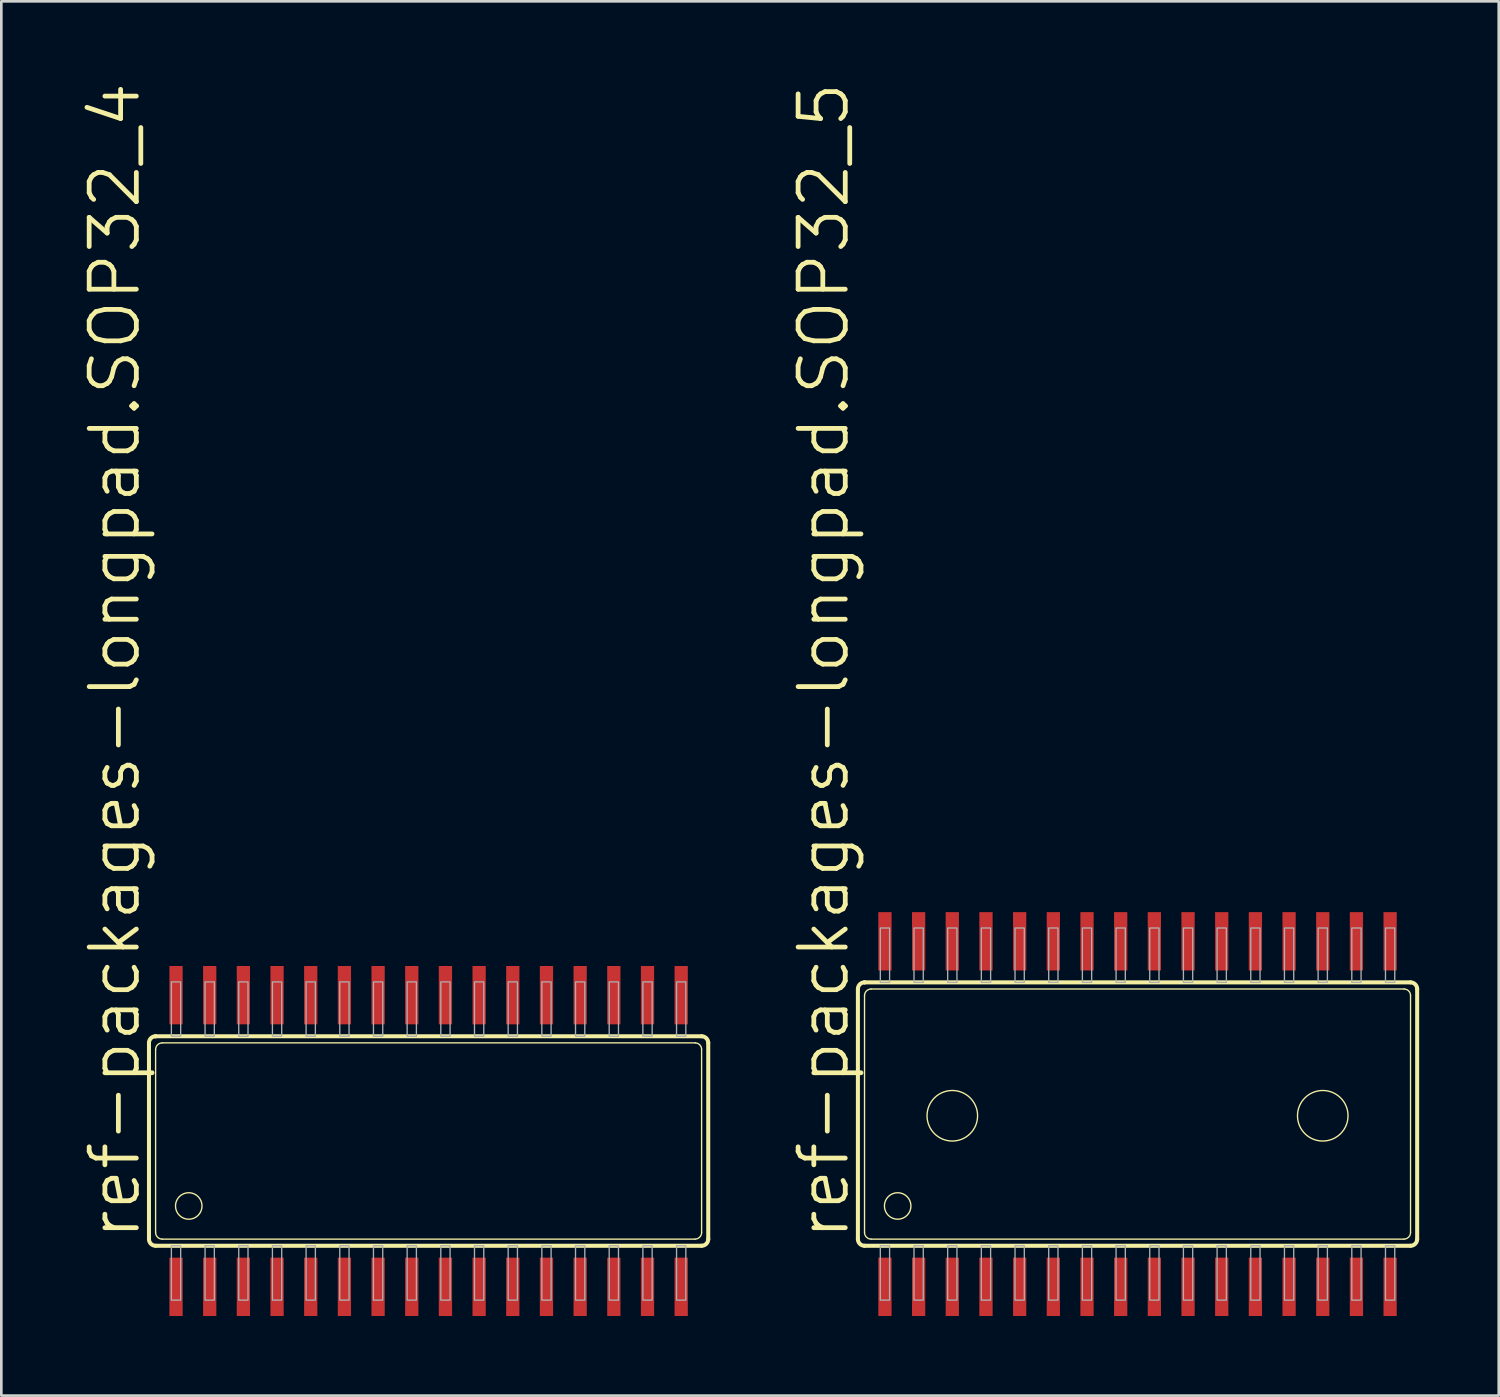
<source format=kicad_pcb>
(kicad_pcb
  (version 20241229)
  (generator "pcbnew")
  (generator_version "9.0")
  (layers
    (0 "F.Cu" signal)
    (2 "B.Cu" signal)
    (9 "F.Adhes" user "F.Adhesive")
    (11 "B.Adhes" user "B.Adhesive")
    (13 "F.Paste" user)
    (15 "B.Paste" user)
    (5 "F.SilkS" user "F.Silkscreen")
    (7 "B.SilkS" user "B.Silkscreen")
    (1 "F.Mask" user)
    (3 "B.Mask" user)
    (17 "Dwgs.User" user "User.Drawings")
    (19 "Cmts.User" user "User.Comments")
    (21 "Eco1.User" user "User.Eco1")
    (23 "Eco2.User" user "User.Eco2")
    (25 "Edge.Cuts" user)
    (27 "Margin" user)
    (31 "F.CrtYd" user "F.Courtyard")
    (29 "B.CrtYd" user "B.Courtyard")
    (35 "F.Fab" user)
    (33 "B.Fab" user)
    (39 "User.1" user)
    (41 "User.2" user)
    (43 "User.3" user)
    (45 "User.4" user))
  (footprint "ref-packages-longpad.SOP32_4"
    (layer "F.Cu")
    (at 13.113 39.978)
    (property "Reference" "ref-packages-longpad.SOP32_4" (at -10.795 3.81 90) (layer "F.SilkS") (effects (font (size 1.778 1.778) (thickness 0.18)) (justify left bottom)))
    (attr smd)
    (fp_line (start -10.545 3.71) (end -10.545 -3.7) (stroke (width 0.152) (type default)) (layer "F.SilkS"))
    (fp_line (start -10.296 -3.95) (end -10.295 -3.95) (stroke (width 0.152) (type default)) (layer "F.SilkS"))
    (fp_line (start -10.295 -3.95) (end 10.295 -3.95) (stroke (width 0.152) (type default)) (layer "F.SilkS"))
    (fp_line (start -10.295 3.45) (end -10.295 -3.45) (stroke (width 0.051) (type default)) (layer "F.SilkS"))
    (fp_line (start -10.045 -3.7) (end 10.055 -3.7) (stroke (width 0.051) (type default)) (layer "F.SilkS"))
    (fp_line (start 10.045 3.7) (end -10.045 3.7) (stroke (width 0.051) (type default)) (layer "F.SilkS"))
    (fp_line (start 10.295 -3.46) (end 10.295 3.45) (stroke (width 0.051) (type default)) (layer "F.SilkS"))
    (fp_line (start 10.295 3.95) (end -10.295 3.95) (stroke (width 0.152) (type default)) (layer "F.SilkS"))
    (fp_line (start 10.545 -3.7) (end 10.545 3.7) (stroke (width 0.152) (type default)) (layer "F.SilkS"))
    (fp_arc (start -10.545 -3.7) (mid -10.471777 -3.876777) (end -10.295 -3.95) (stroke (width 0.1524) (type default)) (layer "F.SilkS"))
    (fp_arc (start -10.295 -3.45) (mid -10.221777 -3.626777) (end -10.045 -3.7) (stroke (width 0.0508) (type default)) (layer "F.SilkS"))
    (fp_arc (start -10.295 3.95) (mid -10.468333 3.880347) (end -10.545 3.71) (stroke (width 0.1524) (type default)) (layer "F.SilkS"))
    (fp_arc (start -10.045 3.7) (mid -10.221777 3.626777) (end -10.295 3.45) (stroke (width 0.0508) (type default)) (layer "F.SilkS"))
    (fp_arc (start 10.055 -3.7) (mid 10.223277 -3.628277) (end 10.295 -3.46) (stroke (width 0.0508) (type default)) (layer "F.SilkS"))
    (fp_arc (start 10.295 -3.95) (mid 10.471777 -3.876777) (end 10.545 -3.7) (stroke (width 0.1524) (type default)) (layer "F.SilkS"))
    (fp_arc (start 10.295 3.45) (mid 10.221777 3.626777) (end 10.045 3.7) (stroke (width 0.0508) (type default)) (layer "F.SilkS"))
    (fp_arc (start 10.545 3.7) (mid 10.471777 3.876777) (end 10.295 3.95) (stroke (width 0.1524) (type default)) (layer "F.SilkS"))
    (fp_circle (center -9.045 2.45) (end -8.545 2.45) (stroke (width 0.051) (type default)) (fill no) (layer "F.SilkS"))
    (fp_rect (start -9.7 -3.95) (end -9.35 -6) (stroke (width 0.05) (type default)) (fill no) (layer "F.Fab"))
    (fp_rect (start -9.7 6) (end -9.35 3.95) (stroke (width 0.05) (type default)) (fill no) (layer "F.Fab"))
    (fp_rect (start -8.43 -3.95) (end -8.08 -6) (stroke (width 0.05) (type default)) (fill no) (layer "F.Fab"))
    (fp_rect (start -8.43 6) (end -8.08 3.95) (stroke (width 0.05) (type default)) (fill no) (layer "F.Fab"))
    (fp_rect (start -7.16 -3.95) (end -6.81 -6) (stroke (width 0.05) (type default)) (fill no) (layer "F.Fab"))
    (fp_rect (start -7.16 6) (end -6.81 3.95) (stroke (width 0.05) (type default)) (fill no) (layer "F.Fab"))
    (fp_rect (start -5.89 -3.95) (end -5.54 -6) (stroke (width 0.05) (type default)) (fill no) (layer "F.Fab"))
    (fp_rect (start -5.89 6) (end -5.54 3.95) (stroke (width 0.05) (type default)) (fill no) (layer "F.Fab"))
    (fp_rect (start -4.62 -3.95) (end -4.27 -6) (stroke (width 0.05) (type default)) (fill no) (layer "F.Fab"))
    (fp_rect (start -4.62 6) (end -4.27 3.95) (stroke (width 0.05) (type default)) (fill no) (layer "F.Fab"))
    (fp_rect (start -3.35 -3.95) (end -3 -6) (stroke (width 0.05) (type default)) (fill no) (layer "F.Fab"))
    (fp_rect (start -3.35 6) (end -3 3.95) (stroke (width 0.05) (type default)) (fill no) (layer "F.Fab"))
    (fp_rect (start -2.08 -3.95) (end -1.73 -6) (stroke (width 0.05) (type default)) (fill no) (layer "F.Fab"))
    (fp_rect (start -2.08 6) (end -1.73 3.95) (stroke (width 0.05) (type default)) (fill no) (layer "F.Fab"))
    (fp_rect (start -0.81 -3.95) (end -0.46 -6) (stroke (width 0.05) (type default)) (fill no) (layer "F.Fab"))
    (fp_rect (start -0.81 6) (end -0.46 3.95) (stroke (width 0.05) (type default)) (fill no) (layer "F.Fab"))
    (fp_rect (start 0.46 -3.95) (end 0.81 -6) (stroke (width 0.05) (type default)) (fill no) (layer "F.Fab"))
    (fp_rect (start 0.46 6) (end 0.81 3.95) (stroke (width 0.05) (type default)) (fill no) (layer "F.Fab"))
    (fp_rect (start 1.73 -3.95) (end 2.08 -6) (stroke (width 0.05) (type default)) (fill no) (layer "F.Fab"))
    (fp_rect (start 1.73 6) (end 2.08 3.95) (stroke (width 0.05) (type default)) (fill no) (layer "F.Fab"))
    (fp_rect (start 3 -3.95) (end 3.35 -6) (stroke (width 0.05) (type default)) (fill no) (layer "F.Fab"))
    (fp_rect (start 3 6) (end 3.35 3.95) (stroke (width 0.05) (type default)) (fill no) (layer "F.Fab"))
    (fp_rect (start 4.27 -3.95) (end 4.62 -6) (stroke (width 0.05) (type default)) (fill no) (layer "F.Fab"))
    (fp_rect (start 4.27 6) (end 4.62 3.95) (stroke (width 0.05) (type default)) (fill no) (layer "F.Fab"))
    (fp_rect (start 5.54 -3.95) (end 5.89 -6) (stroke (width 0.05) (type default)) (fill no) (layer "F.Fab"))
    (fp_rect (start 5.54 6) (end 5.89 3.95) (stroke (width 0.05) (type default)) (fill no) (layer "F.Fab"))
    (fp_rect (start 6.81 -3.95) (end 7.16 -6) (stroke (width 0.05) (type default)) (fill no) (layer "F.Fab"))
    (fp_rect (start 6.81 6) (end 7.16 3.95) (stroke (width 0.05) (type default)) (fill no) (layer "F.Fab"))
    (fp_rect (start 8.08 -3.95) (end 8.43 -6) (stroke (width 0.05) (type default)) (fill no) (layer "F.Fab"))
    (fp_rect (start 8.08 6) (end 8.43 3.95) (stroke (width 0.05) (type default)) (fill no) (layer "F.Fab"))
    (fp_rect (start 9.35 -3.95) (end 9.7 -6) (stroke (width 0.05) (type default)) (fill no) (layer "F.Fab"))
    (fp_rect (start 9.35 6) (end 9.7 3.95) (stroke (width 0.05) (type default)) (fill no) (layer "F.Fab"))
    (pad "1" smd roundrect (at -9.525 5.5) (size 0.5 2.2) (layers "F.Cu" "F.Mask" "F.Paste") (roundrect_rratio 0.01))
    (pad "2" smd roundrect (at -8.255 5.5) (size 0.5 2.2) (layers "F.Cu" "F.Mask" "F.Paste") (roundrect_rratio 0.01))
    (pad "3" smd roundrect (at -6.985 5.5) (size 0.5 2.2) (layers "F.Cu" "F.Mask" "F.Paste") (roundrect_rratio 0.01))
    (pad "4" smd roundrect (at -5.715 5.5) (size 0.5 2.2) (layers "F.Cu" "F.Mask" "F.Paste") (roundrect_rratio 0.01))
    (pad "5" smd roundrect (at -4.445 5.5) (size 0.5 2.2) (layers "F.Cu" "F.Mask" "F.Paste") (roundrect_rratio 0.01))
    (pad "6" smd roundrect (at -3.175 5.5) (size 0.5 2.2) (layers "F.Cu" "F.Mask" "F.Paste") (roundrect_rratio 0.01))
    (pad "7" smd roundrect (at -1.905 5.5) (size 0.5 2.2) (layers "F.Cu" "F.Mask" "F.Paste") (roundrect_rratio 0.01))
    (pad "8" smd roundrect (at -0.635 5.5) (size 0.5 2.2) (layers "F.Cu" "F.Mask" "F.Paste") (roundrect_rratio 0.01))
    (pad "9" smd roundrect (at 0.635 5.5) (size 0.5 2.2) (layers "F.Cu" "F.Mask" "F.Paste") (roundrect_rratio 0.01))
    (pad "10" smd roundrect (at 1.905 5.5) (size 0.5 2.2) (layers "F.Cu" "F.Mask" "F.Paste") (roundrect_rratio 0.01))
    (pad "11" smd roundrect (at 3.175 5.5) (size 0.5 2.2) (layers "F.Cu" "F.Mask" "F.Paste") (roundrect_rratio 0.01))
    (pad "12" smd roundrect (at 4.445 5.5) (size 0.5 2.2) (layers "F.Cu" "F.Mask" "F.Paste") (roundrect_rratio 0.01))
    (pad "13" smd roundrect (at 5.715 5.5) (size 0.5 2.2) (layers "F.Cu" "F.Mask" "F.Paste") (roundrect_rratio 0.01))
    (pad "14" smd roundrect (at 6.985 5.5) (size 0.5 2.2) (layers "F.Cu" "F.Mask" "F.Paste") (roundrect_rratio 0.01))
    (pad "15" smd roundrect (at 8.255 5.5) (size 0.5 2.2) (layers "F.Cu" "F.Mask" "F.Paste") (roundrect_rratio 0.01))
    (pad "16" smd roundrect (at 9.525 5.5) (size 0.5 2.2) (layers "F.Cu" "F.Mask" "F.Paste") (roundrect_rratio 0.01))
    (pad "17" smd roundrect (at 9.525 -5.5) (size 0.5 2.2) (layers "F.Cu" "F.Mask" "F.Paste") (roundrect_rratio 0.01))
    (pad "18" smd roundrect (at 8.255 -5.5) (size 0.5 2.2) (layers "F.Cu" "F.Mask" "F.Paste") (roundrect_rratio 0.01))
    (pad "19" smd roundrect (at 6.985 -5.5) (size 0.5 2.2) (layers "F.Cu" "F.Mask" "F.Paste") (roundrect_rratio 0.01))
    (pad "20" smd roundrect (at 5.715 -5.5) (size 0.5 2.2) (layers "F.Cu" "F.Mask" "F.Paste") (roundrect_rratio 0.01))
    (pad "21" smd roundrect (at 4.445 -5.5) (size 0.5 2.2) (layers "F.Cu" "F.Mask" "F.Paste") (roundrect_rratio 0.01))
    (pad "22" smd roundrect (at 3.175 -5.5) (size 0.5 2.2) (layers "F.Cu" "F.Mask" "F.Paste") (roundrect_rratio 0.01))
    (pad "23" smd roundrect (at 1.905 -5.5) (size 0.5 2.2) (layers "F.Cu" "F.Mask" "F.Paste") (roundrect_rratio 0.01))
    (pad "24" smd roundrect (at 0.635 -5.5) (size 0.5 2.2) (layers "F.Cu" "F.Mask" "F.Paste") (roundrect_rratio 0.01))
    (pad "25" smd roundrect (at -0.635 -5.5) (size 0.5 2.2) (layers "F.Cu" "F.Mask" "F.Paste") (roundrect_rratio 0.01))
    (pad "26" smd roundrect (at -1.905 -5.5) (size 0.5 2.2) (layers "F.Cu" "F.Mask" "F.Paste") (roundrect_rratio 0.01))
    (pad "27" smd roundrect (at -3.175 -5.5) (size 0.5 2.2) (layers "F.Cu" "F.Mask" "F.Paste") (roundrect_rratio 0.01))
    (pad "28" smd roundrect (at -4.445 -5.5) (size 0.5 2.2) (layers "F.Cu" "F.Mask" "F.Paste") (roundrect_rratio 0.01))
    (pad "29" smd roundrect (at -5.715 -5.5) (size 0.5 2.2) (layers "F.Cu" "F.Mask" "F.Paste") (roundrect_rratio 0.01))
    (pad "30" smd roundrect (at -6.985 -5.5) (size 0.5 2.2) (layers "F.Cu" "F.Mask" "F.Paste") (roundrect_rratio 0.01))
    (pad "31" smd roundrect (at -8.255 -5.5) (size 0.5 2.2) (layers "F.Cu" "F.Mask" "F.Paste") (roundrect_rratio 0.01))
    (pad "32" smd roundrect (at -9.525 -5.5) (size 0.5 2.2) (layers "F.Cu" "F.Mask" "F.Paste") (roundrect_rratio 0.01)))
  (footprint "ref-packages-longpad.SOP32_5"
    (layer "F.Cu")
    (at 39.847 38.962)
    (property "Reference" "ref-packages-longpad.SOP32_5" (at -10.795 4.826 90) (layer "F.SilkS") (effects (font (size 1.778 1.778) (thickness 0.18)) (justify left bottom)))
    (attr smd)
    (fp_line (start -10.545 4.726) (end -10.545 -4.716) (stroke (width 0.152) (type default)) (layer "F.SilkS"))
    (fp_line (start -10.296 -4.966) (end -10.295 -4.966) (stroke (width 0.152) (type default)) (layer "F.SilkS"))
    (fp_line (start -10.295 -4.966) (end 10.295 -4.966) (stroke (width 0.152) (type default)) (layer "F.SilkS"))
    (fp_line (start -10.295 4.466) (end -10.295 -4.466) (stroke (width 0.051) (type default)) (layer "F.SilkS"))
    (fp_line (start -10.045 -4.716) (end 10.055 -4.716) (stroke (width 0.051) (type default)) (layer "F.SilkS"))
    (fp_line (start 10.045 4.716) (end -10.045 4.716) (stroke (width 0.051) (type default)) (layer "F.SilkS"))
    (fp_line (start 10.295 -4.476) (end 10.295 4.466) (stroke (width 0.051) (type default)) (layer "F.SilkS"))
    (fp_line (start 10.295 4.966) (end -10.295 4.966) (stroke (width 0.152) (type default)) (layer "F.SilkS"))
    (fp_line (start 10.545 -4.716) (end 10.545 4.716) (stroke (width 0.152) (type default)) (layer "F.SilkS"))
    (fp_arc (start -10.545 -4.716) (mid -10.471777 -4.892777) (end -10.295 -4.966) (stroke (width 0.1524) (type default)) (layer "F.SilkS"))
    (fp_arc (start -10.295 -4.466) (mid -10.221777 -4.642777) (end -10.045 -4.716) (stroke (width 0.0508) (type default)) (layer "F.SilkS"))
    (fp_arc (start -10.295 4.966) (mid -10.468333 4.896347) (end -10.545 4.726) (stroke (width 0.1524) (type default)) (layer "F.SilkS"))
    (fp_arc (start -10.045 4.716) (mid -10.221777 4.642777) (end -10.295 4.466) (stroke (width 0.0508) (type default)) (layer "F.SilkS"))
    (fp_arc (start 10.055 -4.716) (mid 10.223277 -4.644277) (end 10.295 -4.476) (stroke (width 0.0508) (type default)) (layer "F.SilkS"))
    (fp_arc (start 10.295 -4.966) (mid 10.471777 -4.892777) (end 10.545 -4.716) (stroke (width 0.1524) (type default)) (layer "F.SilkS"))
    (fp_arc (start 10.295 4.466) (mid 10.221777 4.642777) (end 10.045 4.716) (stroke (width 0.0508) (type default)) (layer "F.SilkS"))
    (fp_arc (start 10.545 4.716) (mid 10.471777 4.892777) (end 10.295 4.966) (stroke (width 0.1524) (type default)) (layer "F.SilkS"))
    (fp_circle (center -9.045 3.466) (end -8.545 3.466) (stroke (width 0.051) (type default)) (fill no) (layer "F.SilkS"))
    (fp_circle (center -6.985 0.064) (end -6.032 0.064) (stroke (width 0.051) (type default)) (fill no) (layer "F.SilkS"))
    (fp_circle (center 6.985 0.064) (end 7.938 0.064) (stroke (width 0.051) (type default)) (fill no) (layer "F.SilkS"))
    (fp_rect (start -9.7 -4.966) (end -9.35 -7.016) (stroke (width 0.05) (type default)) (fill no) (layer "F.Fab"))
    (fp_rect (start -9.7 7.016) (end -9.35 4.966) (stroke (width 0.05) (type default)) (fill no) (layer "F.Fab"))
    (fp_rect (start -8.43 -4.966) (end -8.08 -7.016) (stroke (width 0.05) (type default)) (fill no) (layer "F.Fab"))
    (fp_rect (start -8.43 7.016) (end -8.08 4.966) (stroke (width 0.05) (type default)) (fill no) (layer "F.Fab"))
    (fp_rect (start -7.16 -4.966) (end -6.81 -7.016) (stroke (width 0.05) (type default)) (fill no) (layer "F.Fab"))
    (fp_rect (start -7.16 7.016) (end -6.81 4.966) (stroke (width 0.05) (type default)) (fill no) (layer "F.Fab"))
    (fp_rect (start -5.89 -4.966) (end -5.54 -7.016) (stroke (width 0.05) (type default)) (fill no) (layer "F.Fab"))
    (fp_rect (start -5.89 7.016) (end -5.54 4.966) (stroke (width 0.05) (type default)) (fill no) (layer "F.Fab"))
    (fp_rect (start -4.62 -4.966) (end -4.27 -7.016) (stroke (width 0.05) (type default)) (fill no) (layer "F.Fab"))
    (fp_rect (start -4.62 7.016) (end -4.27 4.966) (stroke (width 0.05) (type default)) (fill no) (layer "F.Fab"))
    (fp_rect (start -3.35 -4.966) (end -3 -7.016) (stroke (width 0.05) (type default)) (fill no) (layer "F.Fab"))
    (fp_rect (start -3.35 7.016) (end -3 4.966) (stroke (width 0.05) (type default)) (fill no) (layer "F.Fab"))
    (fp_rect (start -2.08 -4.966) (end -1.73 -7.016) (stroke (width 0.05) (type default)) (fill no) (layer "F.Fab"))
    (fp_rect (start -2.08 7.016) (end -1.73 4.966) (stroke (width 0.05) (type default)) (fill no) (layer "F.Fab"))
    (fp_rect (start -0.81 -4.966) (end -0.46 -7.016) (stroke (width 0.05) (type default)) (fill no) (layer "F.Fab"))
    (fp_rect (start -0.81 7.016) (end -0.46 4.966) (stroke (width 0.05) (type default)) (fill no) (layer "F.Fab"))
    (fp_rect (start 0.46 -4.966) (end 0.81 -7.016) (stroke (width 0.05) (type default)) (fill no) (layer "F.Fab"))
    (fp_rect (start 0.46 7.016) (end 0.81 4.966) (stroke (width 0.05) (type default)) (fill no) (layer "F.Fab"))
    (fp_rect (start 1.73 -4.966) (end 2.08 -7.016) (stroke (width 0.05) (type default)) (fill no) (layer "F.Fab"))
    (fp_rect (start 1.73 7.016) (end 2.08 4.966) (stroke (width 0.05) (type default)) (fill no) (layer "F.Fab"))
    (fp_rect (start 3 -4.966) (end 3.35 -7.016) (stroke (width 0.05) (type default)) (fill no) (layer "F.Fab"))
    (fp_rect (start 3 7.016) (end 3.35 4.966) (stroke (width 0.05) (type default)) (fill no) (layer "F.Fab"))
    (fp_rect (start 4.27 -4.966) (end 4.62 -7.016) (stroke (width 0.05) (type default)) (fill no) (layer "F.Fab"))
    (fp_rect (start 4.27 7.016) (end 4.62 4.966) (stroke (width 0.05) (type default)) (fill no) (layer "F.Fab"))
    (fp_rect (start 5.54 -4.966) (end 5.89 -7.016) (stroke (width 0.05) (type default)) (fill no) (layer "F.Fab"))
    (fp_rect (start 5.54 7.016) (end 5.89 4.966) (stroke (width 0.05) (type default)) (fill no) (layer "F.Fab"))
    (fp_rect (start 6.81 -4.966) (end 7.16 -7.016) (stroke (width 0.05) (type default)) (fill no) (layer "F.Fab"))
    (fp_rect (start 6.81 7.016) (end 7.16 4.966) (stroke (width 0.05) (type default)) (fill no) (layer "F.Fab"))
    (fp_rect (start 8.08 -4.966) (end 8.43 -7.016) (stroke (width 0.05) (type default)) (fill no) (layer "F.Fab"))
    (fp_rect (start 8.08 7.016) (end 8.43 4.966) (stroke (width 0.05) (type default)) (fill no) (layer "F.Fab"))
    (fp_rect (start 9.35 -4.966) (end 9.7 -7.016) (stroke (width 0.05) (type default)) (fill no) (layer "F.Fab"))
    (fp_rect (start 9.35 7.016) (end 9.7 4.966) (stroke (width 0.05) (type default)) (fill no) (layer "F.Fab"))
    (pad "1" smd roundrect (at -9.525 6.516) (size 0.5 2.2) (layers "F.Cu" "F.Mask" "F.Paste") (roundrect_rratio 0.01))
    (pad "2" smd roundrect (at -8.255 6.516) (size 0.5 2.2) (layers "F.Cu" "F.Mask" "F.Paste") (roundrect_rratio 0.01))
    (pad "3" smd roundrect (at -6.985 6.516) (size 0.5 2.2) (layers "F.Cu" "F.Mask" "F.Paste") (roundrect_rratio 0.01))
    (pad "4" smd roundrect (at -5.715 6.516) (size 0.5 2.2) (layers "F.Cu" "F.Mask" "F.Paste") (roundrect_rratio 0.01))
    (pad "5" smd roundrect (at -4.445 6.516) (size 0.5 2.2) (layers "F.Cu" "F.Mask" "F.Paste") (roundrect_rratio 0.01))
    (pad "6" smd roundrect (at -3.175 6.516) (size 0.5 2.2) (layers "F.Cu" "F.Mask" "F.Paste") (roundrect_rratio 0.01))
    (pad "7" smd roundrect (at -1.905 6.516) (size 0.5 2.2) (layers "F.Cu" "F.Mask" "F.Paste") (roundrect_rratio 0.01))
    (pad "8" smd roundrect (at -0.635 6.516) (size 0.5 2.2) (layers "F.Cu" "F.Mask" "F.Paste") (roundrect_rratio 0.01))
    (pad "9" smd roundrect (at 0.635 6.516) (size 0.5 2.2) (layers "F.Cu" "F.Mask" "F.Paste") (roundrect_rratio 0.01))
    (pad "10" smd roundrect (at 1.905 6.516) (size 0.5 2.2) (layers "F.Cu" "F.Mask" "F.Paste") (roundrect_rratio 0.01))
    (pad "11" smd roundrect (at 3.175 6.516) (size 0.5 2.2) (layers "F.Cu" "F.Mask" "F.Paste") (roundrect_rratio 0.01))
    (pad "12" smd roundrect (at 4.445 6.516) (size 0.5 2.2) (layers "F.Cu" "F.Mask" "F.Paste") (roundrect_rratio 0.01))
    (pad "13" smd roundrect (at 5.715 6.516) (size 0.5 2.2) (layers "F.Cu" "F.Mask" "F.Paste") (roundrect_rratio 0.01))
    (pad "14" smd roundrect (at 6.985 6.516) (size 0.5 2.2) (layers "F.Cu" "F.Mask" "F.Paste") (roundrect_rratio 0.01))
    (pad "15" smd roundrect (at 8.255 6.516) (size 0.5 2.2) (layers "F.Cu" "F.Mask" "F.Paste") (roundrect_rratio 0.01))
    (pad "16" smd roundrect (at 9.525 6.516) (size 0.5 2.2) (layers "F.Cu" "F.Mask" "F.Paste") (roundrect_rratio 0.01))
    (pad "17" smd roundrect (at 9.525 -6.516) (size 0.5 2.2) (layers "F.Cu" "F.Mask" "F.Paste") (roundrect_rratio 0.01))
    (pad "18" smd roundrect (at 8.255 -6.516) (size 0.5 2.2) (layers "F.Cu" "F.Mask" "F.Paste") (roundrect_rratio 0.01))
    (pad "19" smd roundrect (at 6.985 -6.516) (size 0.5 2.2) (layers "F.Cu" "F.Mask" "F.Paste") (roundrect_rratio 0.01))
    (pad "20" smd roundrect (at 5.715 -6.516) (size 0.5 2.2) (layers "F.Cu" "F.Mask" "F.Paste") (roundrect_rratio 0.01))
    (pad "21" smd roundrect (at 4.445 -6.516) (size 0.5 2.2) (layers "F.Cu" "F.Mask" "F.Paste") (roundrect_rratio 0.01))
    (pad "22" smd roundrect (at 3.175 -6.516) (size 0.5 2.2) (layers "F.Cu" "F.Mask" "F.Paste") (roundrect_rratio 0.01))
    (pad "23" smd roundrect (at 1.905 -6.516) (size 0.5 2.2) (layers "F.Cu" "F.Mask" "F.Paste") (roundrect_rratio 0.01))
    (pad "24" smd roundrect (at 0.635 -6.516) (size 0.5 2.2) (layers "F.Cu" "F.Mask" "F.Paste") (roundrect_rratio 0.01))
    (pad "25" smd roundrect (at -0.635 -6.516) (size 0.5 2.2) (layers "F.Cu" "F.Mask" "F.Paste") (roundrect_rratio 0.01))
    (pad "26" smd roundrect (at -1.905 -6.516) (size 0.5 2.2) (layers "F.Cu" "F.Mask" "F.Paste") (roundrect_rratio 0.01))
    (pad "27" smd roundrect (at -3.175 -6.516) (size 0.5 2.2) (layers "F.Cu" "F.Mask" "F.Paste") (roundrect_rratio 0.01))
    (pad "28" smd roundrect (at -4.445 -6.516) (size 0.5 2.2) (layers "F.Cu" "F.Mask" "F.Paste") (roundrect_rratio 0.01))
    (pad "29" smd roundrect (at -5.715 -6.516) (size 0.5 2.2) (layers "F.Cu" "F.Mask" "F.Paste") (roundrect_rratio 0.01))
    (pad "30" smd roundrect (at -6.985 -6.516) (size 0.5 2.2) (layers "F.Cu" "F.Mask" "F.Paste") (roundrect_rratio 0.01))
    (pad "31" smd roundrect (at -8.255 -6.516) (size 0.5 2.2) (layers "F.Cu" "F.Mask" "F.Paste") (roundrect_rratio 0.01))
    (pad "32" smd roundrect (at -9.525 -6.516) (size 0.5 2.2) (layers "F.Cu" "F.Mask" "F.Paste") (roundrect_rratio 0.01)))
  (gr_rect
    (start -3 -3)
    (end 53.468 49.578)
    (stroke (width 0.1) (type default))
    (fill no)
    (layer "Edge.Cuts")))
</source>
